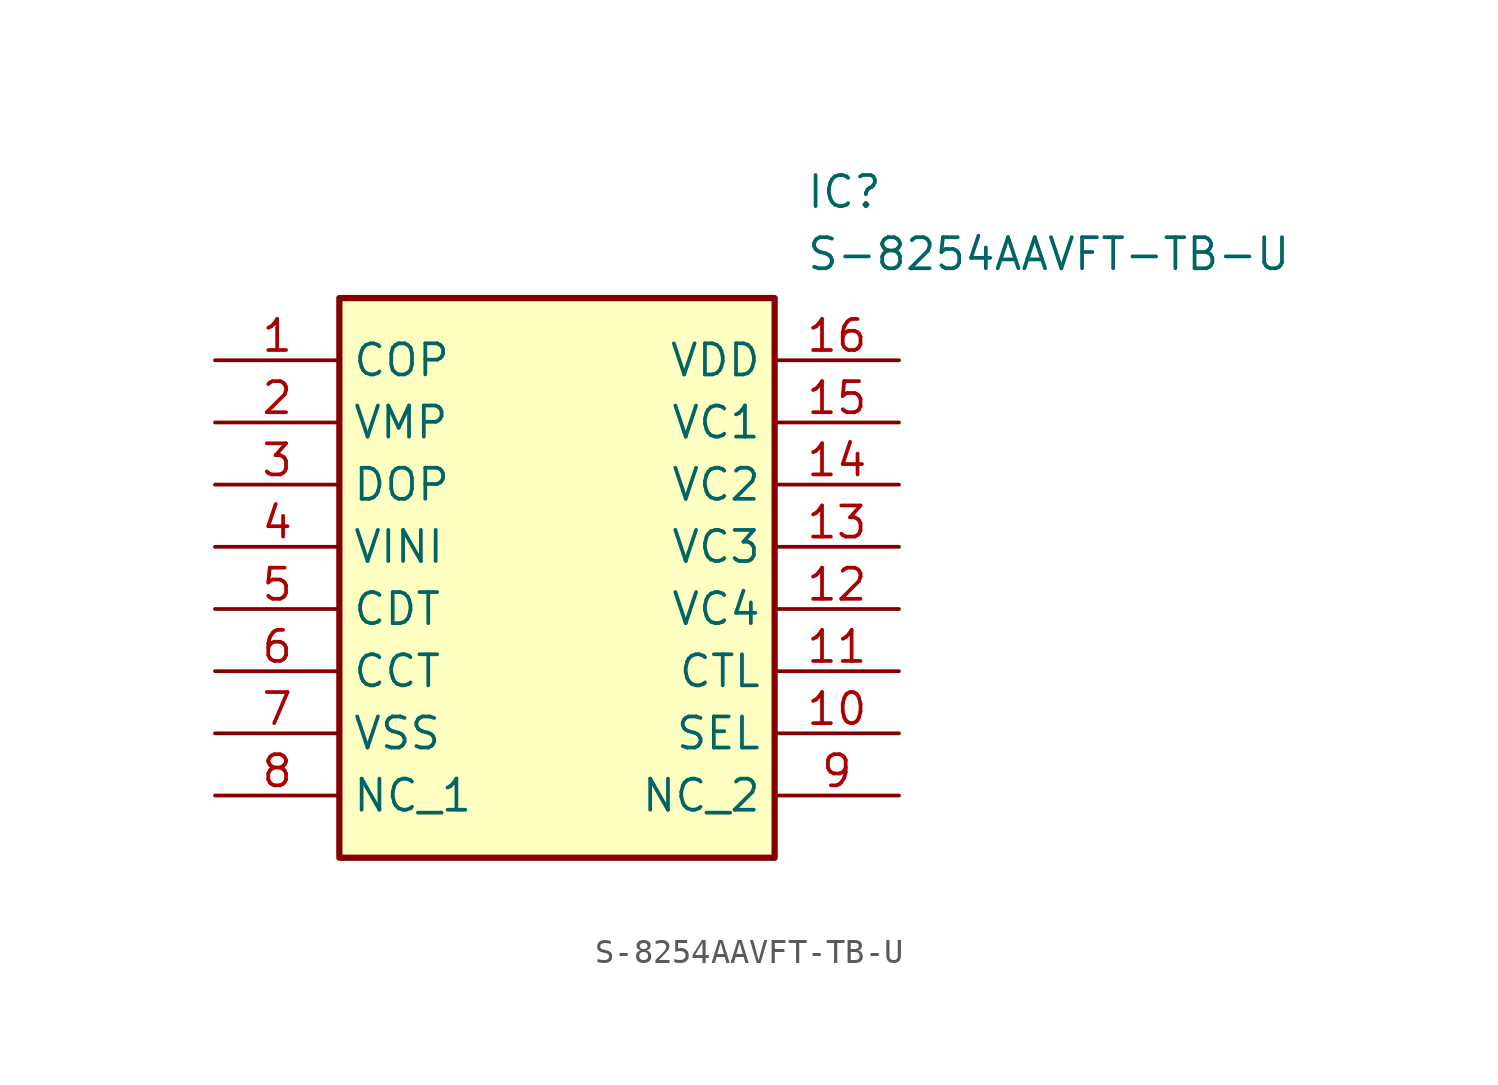
<source format=kicad_sym>
(kicad_symbol_lib
  (version 20211014)
  (generator SamacSys_ECAD_Model)
  (symbol "S-8254AAVFT-TB-U"
    (property "Reference" "IC"
      (at 24.13 7.62 0)
      (effects (font (size 1.27 1.27)) (justify left top)))
    (property "Value" "S-8254AAVFT-TB-U"
      (at 24.13 5.08 0)
      (effects (font (size 1.27 1.27)) (justify left top)))
    (rectangle
      (start 5.08 2.54)
      (end 22.86 -20.32)
      (stroke (width 0.254) (type default))
      (fill (type background)))
    (pin passive line
      (at 0 0 0)
      (length 5.08)
      (name "COP" (effects (font (size 1.27 1.27))))
      (number "1" (effects (font (size 1.27 1.27)))))
    (pin passive line
      (at 0 -2.54 0)
      (length 5.08)
      (name "VMP" (effects (font (size 1.27 1.27))))
      (number "2" (effects (font (size 1.27 1.27)))))
    (pin passive line
      (at 0 -5.08 0)
      (length 5.08)
      (name "DOP" (effects (font (size 1.27 1.27))))
      (number "3" (effects (font (size 1.27 1.27)))))
    (pin passive line
      (at 0 -7.62 0)
      (length 5.08)
      (name "VINI" (effects (font (size 1.27 1.27))))
      (number "4" (effects (font (size 1.27 1.27)))))
    (pin passive line
      (at 0 -10.16 0)
      (length 5.08)
      (name "CDT" (effects (font (size 1.27 1.27))))
      (number "5" (effects (font (size 1.27 1.27)))))
    (pin passive line
      (at 0 -12.7 0)
      (length 5.08)
      (name "CCT" (effects (font (size 1.27 1.27))))
      (number "6" (effects (font (size 1.27 1.27)))))
    (pin passive line
      (at 0 -15.24 0)
      (length 5.08)
      (name "VSS" (effects (font (size 1.27 1.27))))
      (number "7" (effects (font (size 1.27 1.27)))))
    (pin passive line
      (at 0 -17.78 0)
      (length 5.08)
      (name "NC_1" (effects (font (size 1.27 1.27))))
      (number "8" (effects (font (size 1.27 1.27)))))
    (pin passive line
      (at 27.94 0 180)
      (length 5.08)
      (name "VDD" (effects (font (size 1.27 1.27))))
      (number "16" (effects (font (size 1.27 1.27)))))
    (pin passive line
      (at 27.94 -2.54 180)
      (length 5.08)
      (name "VC1" (effects (font (size 1.27 1.27))))
      (number "15" (effects (font (size 1.27 1.27)))))
    (pin passive line
      (at 27.94 -5.08 180)
      (length 5.08)
      (name "VC2" (effects (font (size 1.27 1.27))))
      (number "14" (effects (font (size 1.27 1.27)))))
    (pin passive line
      (at 27.94 -7.62 180)
      (length 5.08)
      (name "VC3" (effects (font (size 1.27 1.27))))
      (number "13" (effects (font (size 1.27 1.27)))))
    (pin passive line
      (at 27.94 -10.16 180)
      (length 5.08)
      (name "VC4" (effects (font (size 1.27 1.27))))
      (number "12" (effects (font (size 1.27 1.27)))))
    (pin passive line
      (at 27.94 -12.7 180)
      (length 5.08)
      (name "CTL" (effects (font (size 1.27 1.27))))
      (number "11" (effects (font (size 1.27 1.27)))))
    (pin passive line
      (at 27.94 -15.24 180)
      (length 5.08)
      (name "SEL" (effects (font (size 1.27 1.27))))
      (number "10" (effects (font (size 1.27 1.27)))))
    (pin passive line
      (at 27.94 -17.78 180)
      (length 5.08)
      (name "NC_2" (effects (font (size 1.27 1.27))))
      (number "9" (effects (font (size 1.27 1.27)))))))
</source>
